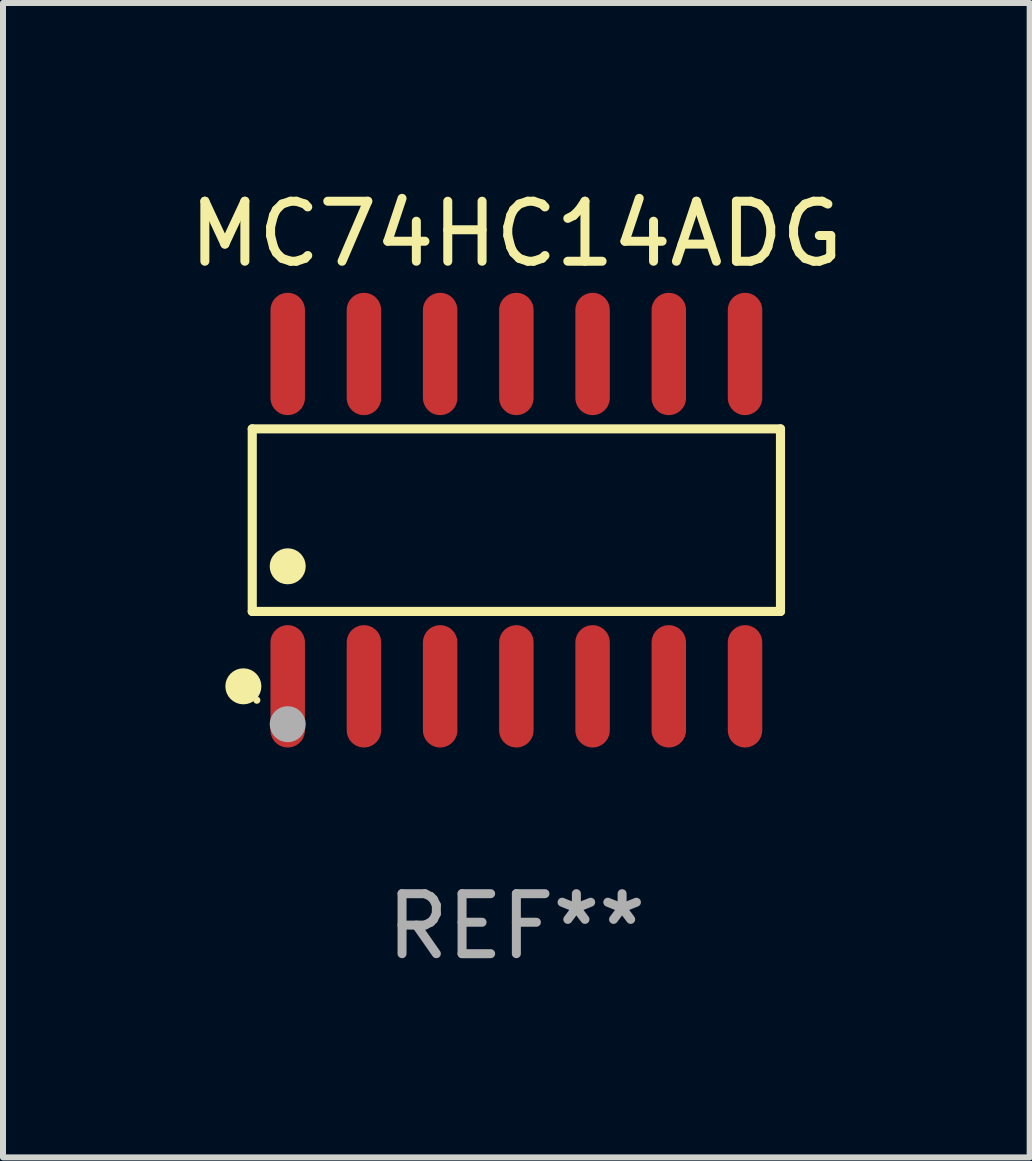
<source format=kicad_pcb>
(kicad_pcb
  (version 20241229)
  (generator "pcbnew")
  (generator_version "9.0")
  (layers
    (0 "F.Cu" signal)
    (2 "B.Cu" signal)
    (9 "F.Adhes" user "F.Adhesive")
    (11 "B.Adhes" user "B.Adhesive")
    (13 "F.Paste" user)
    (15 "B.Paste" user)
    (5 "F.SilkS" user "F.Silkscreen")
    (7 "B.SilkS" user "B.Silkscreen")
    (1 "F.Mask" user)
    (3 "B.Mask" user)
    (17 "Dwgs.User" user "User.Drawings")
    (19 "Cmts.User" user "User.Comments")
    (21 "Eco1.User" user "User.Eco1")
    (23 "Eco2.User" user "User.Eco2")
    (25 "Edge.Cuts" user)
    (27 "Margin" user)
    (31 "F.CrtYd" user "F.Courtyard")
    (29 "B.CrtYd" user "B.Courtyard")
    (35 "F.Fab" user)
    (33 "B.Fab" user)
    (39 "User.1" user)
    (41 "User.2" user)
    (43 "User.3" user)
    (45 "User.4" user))
  (footprint "MC74HC14ADG"
    (layer "F.Cu")
    (at 5.554 5.617)
    (property "Reference" "MC74HC14ADG" (at 0 -4.769 0) (layer "F.SilkS") (effects (font (size 1 1) (thickness 0.15))))
    (attr through_hole)
    (fp_line (start -4.401 -1.521) (end 4.401 -1.521) (stroke (width 0.152) (type solid)) (layer "F.SilkS"))
    (fp_line (start -4.401 1.521) (end -4.401 -1.521) (stroke (width 0.152) (type solid)) (layer "F.SilkS"))
    (fp_line (start 4.401 -1.521) (end 4.401 1.521) (stroke (width 0.152) (type solid)) (layer "F.SilkS"))
    (fp_line (start 4.401 1.521) (end -4.401 1.521) (stroke (width 0.152) (type solid)) (layer "F.SilkS"))
    (fp_circle (center -4.549 2.769) (end -4.399 2.769) (stroke (width 0.3) (type solid)) (fill no) (layer "F.SilkS"))
    (fp_circle (center -4.325 3) (end -4.295 3) (stroke (width 0.06) (type solid)) (fill no) (layer "F.SilkS"))
    (fp_circle (center -3.81 0.769) (end -3.66 0.769) (stroke (width 0.3) (type solid)) (fill no) (layer "F.SilkS"))
    (fp_circle (center -3.81 3.4) (end -3.66 3.4) (stroke (width 0.3) (type solid)) (fill no) (layer "F.Fab"))
    (fp_text user "REF**" (at 0 6.769 0) (layer "F.Fab") (effects (font (size 1 1) (thickness 0.15))))
    (pad "1" smd oval (at -3.81 2.769) (size 0.574 2.038) (layers "F.Cu" "F.Mask" "F.Paste"))
    (pad "2" smd oval (at -2.54 2.769) (size 0.574 2.038) (layers "F.Cu" "F.Mask" "F.Paste"))
    (pad "3" smd oval (at -1.27 2.769) (size 0.574 2.038) (layers "F.Cu" "F.Mask" "F.Paste"))
    (pad "4" smd oval (at 0 2.769) (size 0.574 2.038) (layers "F.Cu" "F.Mask" "F.Paste"))
    (pad "5" smd oval (at 1.27 2.769) (size 0.574 2.038) (layers "F.Cu" "F.Mask" "F.Paste"))
    (pad "6" smd oval (at 2.54 2.769) (size 0.574 2.038) (layers "F.Cu" "F.Mask" "F.Paste"))
    (pad "7" smd oval (at 3.81 2.769) (size 0.574 2.038) (layers "F.Cu" "F.Mask" "F.Paste"))
    (pad "8" smd oval (at 3.81 -2.769) (size 0.574 2.038) (layers "F.Cu" "F.Mask" "F.Paste"))
    (pad "9" smd oval (at 2.54 -2.769) (size 0.574 2.038) (layers "F.Cu" "F.Mask" "F.Paste"))
    (pad "10" smd oval (at 1.27 -2.769) (size 0.574 2.038) (layers "F.Cu" "F.Mask" "F.Paste"))
    (pad "11" smd oval (at 0 -2.769) (size 0.574 2.038) (layers "F.Cu" "F.Mask" "F.Paste"))
    (pad "12" smd oval (at -1.27 -2.769) (size 0.574 2.038) (layers "F.Cu" "F.Mask" "F.Paste"))
    (pad "13" smd oval (at -2.54 -2.769) (size 0.574 2.038) (layers "F.Cu" "F.Mask" "F.Paste"))
    (pad "14" smd oval (at -3.81 -2.769) (size 0.574 2.038) (layers "F.Cu" "F.Mask" "F.Paste")))
  (gr_rect
    (start -3 -3)
    (end 14.107 16.235)
    (stroke (width 0.1) (type default))
    (fill no)
    (layer "Edge.Cuts")))
</source>
